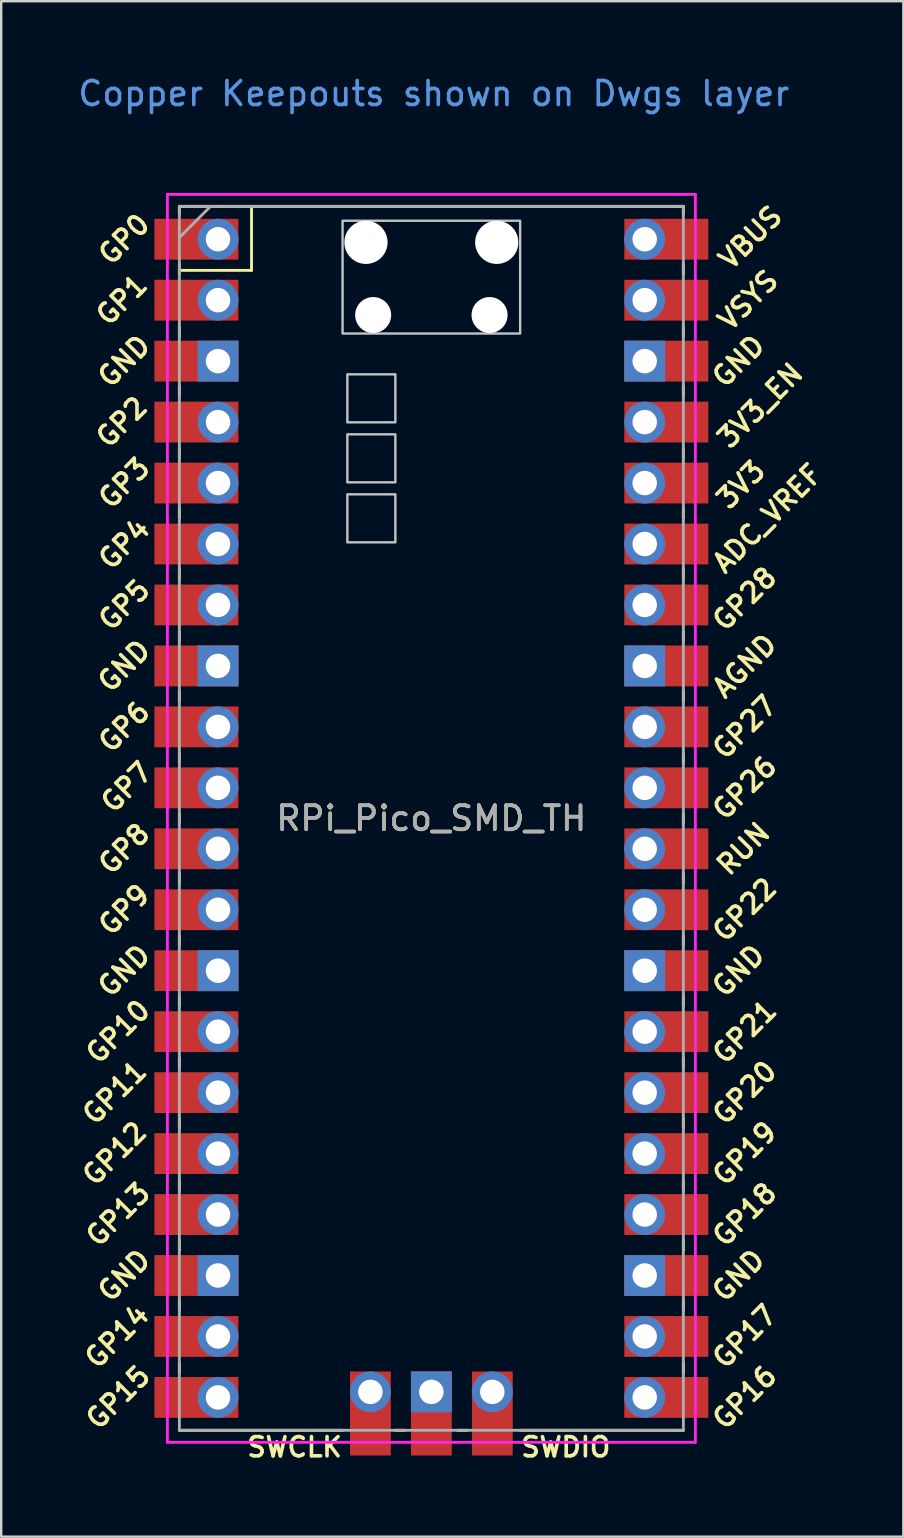
<source format=kicad_pcb>
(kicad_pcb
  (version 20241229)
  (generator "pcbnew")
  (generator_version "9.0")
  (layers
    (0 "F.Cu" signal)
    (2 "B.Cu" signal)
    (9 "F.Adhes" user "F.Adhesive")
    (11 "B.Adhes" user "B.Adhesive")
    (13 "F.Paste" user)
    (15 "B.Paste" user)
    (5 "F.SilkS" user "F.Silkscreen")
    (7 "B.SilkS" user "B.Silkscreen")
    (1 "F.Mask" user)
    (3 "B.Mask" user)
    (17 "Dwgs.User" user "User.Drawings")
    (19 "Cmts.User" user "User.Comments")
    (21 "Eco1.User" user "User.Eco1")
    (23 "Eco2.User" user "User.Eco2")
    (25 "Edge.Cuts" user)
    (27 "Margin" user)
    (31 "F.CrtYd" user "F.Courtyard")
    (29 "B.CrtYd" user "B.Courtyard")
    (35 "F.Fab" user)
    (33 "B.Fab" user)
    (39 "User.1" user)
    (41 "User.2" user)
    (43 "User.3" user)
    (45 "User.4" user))
  (footprint "RPi_Pico_SMD_TH"
    (layer "F.Cu")
    (at 14.924 31.048)
    (property "Reference" "RPi_Pico_SMD_TH" (at 0 0 0) (layer "F.SilkS") (effects (font (size 1 1) (thickness 0.15))))
    (attr through_hole)
    (fp_line (start -10.5 -25.5) (end -10.5 -25.2) (stroke (width 0.12) (type solid)) (layer "F.SilkS"))
    (fp_line (start -10.5 -25.5) (end 10.5 -25.5) (stroke (width 0.12) (type solid)) (layer "F.SilkS"))
    (fp_line (start -10.5 -23.1) (end -10.5 -22.7) (stroke (width 0.12) (type solid)) (layer "F.SilkS"))
    (fp_line (start -10.5 -22.833) (end -7.493 -22.833) (stroke (width 0.12) (type solid)) (layer "F.SilkS"))
    (fp_line (start -10.5 -20.5) (end -10.5 -20.1) (stroke (width 0.12) (type solid)) (layer "F.SilkS"))
    (fp_line (start -10.5 -18) (end -10.5 -17.6) (stroke (width 0.12) (type solid)) (layer "F.SilkS"))
    (fp_line (start -10.5 -15.4) (end -10.5 -15) (stroke (width 0.12) (type solid)) (layer "F.SilkS"))
    (fp_line (start -10.5 -12.9) (end -10.5 -12.5) (stroke (width 0.12) (type solid)) (layer "F.SilkS"))
    (fp_line (start -10.5 -10.4) (end -10.5 -10) (stroke (width 0.12) (type solid)) (layer "F.SilkS"))
    (fp_line (start -10.5 -7.8) (end -10.5 -7.4) (stroke (width 0.12) (type solid)) (layer "F.SilkS"))
    (fp_line (start -10.5 -5.3) (end -10.5 -4.9) (stroke (width 0.12) (type solid)) (layer "F.SilkS"))
    (fp_line (start -10.5 -2.7) (end -10.5 -2.3) (stroke (width 0.12) (type solid)) (layer "F.SilkS"))
    (fp_line (start -10.5 -0.2) (end -10.5 0.2) (stroke (width 0.12) (type solid)) (layer "F.SilkS"))
    (fp_line (start -10.5 2.3) (end -10.5 2.7) (stroke (width 0.12) (type solid)) (layer "F.SilkS"))
    (fp_line (start -10.5 4.9) (end -10.5 5.3) (stroke (width 0.12) (type solid)) (layer "F.SilkS"))
    (fp_line (start -10.5 7.4) (end -10.5 7.8) (stroke (width 0.12) (type solid)) (layer "F.SilkS"))
    (fp_line (start -10.5 10) (end -10.5 10.4) (stroke (width 0.12) (type solid)) (layer "F.SilkS"))
    (fp_line (start -10.5 12.5) (end -10.5 12.9) (stroke (width 0.12) (type solid)) (layer "F.SilkS"))
    (fp_line (start -10.5 15.1) (end -10.5 15.5) (stroke (width 0.12) (type solid)) (layer "F.SilkS"))
    (fp_line (start -10.5 17.6) (end -10.5 18) (stroke (width 0.12) (type solid)) (layer "F.SilkS"))
    (fp_line (start -10.5 20.1) (end -10.5 20.5) (stroke (width 0.12) (type solid)) (layer "F.SilkS"))
    (fp_line (start -10.5 22.7) (end -10.5 23.1) (stroke (width 0.12) (type solid)) (layer "F.SilkS"))
    (fp_line (start -7.493 -22.833) (end -7.493 -25.5) (stroke (width 0.12) (type solid)) (layer "F.SilkS"))
    (fp_line (start -3.7 25.5) (end -10.5 25.5) (stroke (width 0.12) (type solid)) (layer "F.SilkS"))
    (fp_line (start -1.5 25.5) (end -1.1 25.5) (stroke (width 0.12) (type solid)) (layer "F.SilkS"))
    (fp_line (start 1.1 25.5) (end 1.5 25.5) (stroke (width 0.12) (type solid)) (layer "F.SilkS"))
    (fp_line (start 10.5 -25.5) (end 10.5 -25.2) (stroke (width 0.12) (type solid)) (layer "F.SilkS"))
    (fp_line (start 10.5 -23.1) (end 10.5 -22.7) (stroke (width 0.12) (type solid)) (layer "F.SilkS"))
    (fp_line (start 10.5 -20.5) (end 10.5 -20.1) (stroke (width 0.12) (type solid)) (layer "F.SilkS"))
    (fp_line (start 10.5 -18) (end 10.5 -17.6) (stroke (width 0.12) (type solid)) (layer "F.SilkS"))
    (fp_line (start 10.5 -15.4) (end 10.5 -15) (stroke (width 0.12) (type solid)) (layer "F.SilkS"))
    (fp_line (start 10.5 -12.9) (end 10.5 -12.5) (stroke (width 0.12) (type solid)) (layer "F.SilkS"))
    (fp_line (start 10.5 -10.4) (end 10.5 -10) (stroke (width 0.12) (type solid)) (layer "F.SilkS"))
    (fp_line (start 10.5 -7.8) (end 10.5 -7.4) (stroke (width 0.12) (type solid)) (layer "F.SilkS"))
    (fp_line (start 10.5 -5.3) (end 10.5 -4.9) (stroke (width 0.12) (type solid)) (layer "F.SilkS"))
    (fp_line (start 10.5 -2.7) (end 10.5 -2.3) (stroke (width 0.12) (type solid)) (layer "F.SilkS"))
    (fp_line (start 10.5 -0.2) (end 10.5 0.2) (stroke (width 0.12) (type solid)) (layer "F.SilkS"))
    (fp_line (start 10.5 2.3) (end 10.5 2.7) (stroke (width 0.12) (type solid)) (layer "F.SilkS"))
    (fp_line (start 10.5 4.9) (end 10.5 5.3) (stroke (width 0.12) (type solid)) (layer "F.SilkS"))
    (fp_line (start 10.5 7.4) (end 10.5 7.8) (stroke (width 0.12) (type solid)) (layer "F.SilkS"))
    (fp_line (start 10.5 10) (end 10.5 10.4) (stroke (width 0.12) (type solid)) (layer "F.SilkS"))
    (fp_line (start 10.5 12.5) (end 10.5 12.9) (stroke (width 0.12) (type solid)) (layer "F.SilkS"))
    (fp_line (start 10.5 15.1) (end 10.5 15.5) (stroke (width 0.12) (type solid)) (layer "F.SilkS"))
    (fp_line (start 10.5 17.6) (end 10.5 18) (stroke (width 0.12) (type solid)) (layer "F.SilkS"))
    (fp_line (start 10.5 20.1) (end 10.5 20.5) (stroke (width 0.12) (type solid)) (layer "F.SilkS"))
    (fp_line (start 10.5 22.7) (end 10.5 23.1) (stroke (width 0.12) (type solid)) (layer "F.SilkS"))
    (fp_line (start 10.5 25.5) (end 3.7 25.5) (stroke (width 0.12) (type solid)) (layer "F.SilkS"))
    (fp_poly (pts (xy -1.5 -16.5) (xy -3.5 -16.5) (xy -3.5 -18.5) (xy -1.5 -18.5)) (stroke (width 0.1) (type solid)) (fill no) (layer "Dwgs.User"))
    (fp_poly (pts (xy -1.5 -14) (xy -3.5 -14) (xy -3.5 -16) (xy -1.5 -16)) (stroke (width 0.1) (type solid)) (fill no) (layer "Dwgs.User"))
    (fp_poly (pts (xy -1.5 -11.5) (xy -3.5 -11.5) (xy -3.5 -13.5) (xy -1.5 -13.5)) (stroke (width 0.1) (type solid)) (fill no) (layer "Dwgs.User"))
    (fp_poly (pts (xy 3.7 -20.2) (xy -3.7 -20.2) (xy -3.7 -24.9) (xy 3.7 -24.9)) (stroke (width 0.1) (type solid)) (fill no) (layer "Dwgs.User"))
    (fp_line (start -11 -26) (end 11 -26) (stroke (width 0.12) (type solid)) (layer "F.CrtYd"))
    (fp_line (start -11 26) (end -11 -26) (stroke (width 0.12) (type solid)) (layer "F.CrtYd"))
    (fp_line (start 11 -26) (end 11 26) (stroke (width 0.12) (type solid)) (layer "F.CrtYd"))
    (fp_line (start 11 26) (end -11 26) (stroke (width 0.12) (type solid)) (layer "F.CrtYd"))
    (fp_line (start -10.5 -25.5) (end 10.5 -25.5) (stroke (width 0.12) (type solid)) (layer "F.Fab"))
    (fp_line (start -10.5 -24.2) (end -9.2 -25.5) (stroke (width 0.12) (type solid)) (layer "F.Fab"))
    (fp_line (start -10.5 25.5) (end -10.5 -25.5) (stroke (width 0.12) (type solid)) (layer "F.Fab"))
    (fp_line (start 10.5 -25.5) (end 10.5 25.5) (stroke (width 0.12) (type solid)) (layer "F.Fab"))
    (fp_line (start 10.5 25.5) (end -10.5 25.5) (stroke (width 0.12) (type solid)) (layer "F.Fab"))
    (fp_text user "GP13" (at -13.054 16.51 45) (layer "F.SilkS") (effects (font (size 0.8 0.8) (thickness 0.15))))
    (fp_text user "GP18" (at 13.054 16.51 45) (layer "F.SilkS") (effects (font (size 0.8 0.8) (thickness 0.15))))
    (fp_text user "GP22" (at 13.054 3.81 45) (layer "F.SilkS") (effects (font (size 0.8 0.8) (thickness 0.15))))
    (fp_text user "GP4" (at -12.8 -11.43 45) (layer "F.SilkS") (effects (font (size 0.8 0.8) (thickness 0.15))))
    (fp_text user "GP10" (at -13.054 8.89 45) (layer "F.SilkS") (effects (font (size 0.8 0.8) (thickness 0.15))))
    (fp_text user "GP0" (at -12.8 -24.13 45) (layer "F.SilkS") (effects (font (size 0.8 0.8) (thickness 0.15))))
    (fp_text user "GP21" (at 13.054 8.9 45) (layer "F.SilkS") (effects (font (size 0.8 0.8) (thickness 0.15))))
    (fp_text user "GND" (at 12.8 -19.05 45) (layer "F.SilkS") (effects (font (size 0.8 0.8) (thickness 0.15))))
    (fp_text user "GP7" (at -12.7 -1.3 45) (layer "F.SilkS") (effects (font (size 0.8 0.8) (thickness 0.15))))
    (fp_text user "GND" (at -12.8 6.35 45) (layer "F.SilkS") (effects (font (size 0.8 0.8) (thickness 0.15))))
    (fp_text user "GP5" (at -12.8 -8.89 45) (layer "F.SilkS") (effects (font (size 0.8 0.8) (thickness 0.15))))
    (fp_text user "GP27" (at 13.054 -3.8 45) (layer "F.SilkS") (effects (font (size 0.8 0.8) (thickness 0.15))))
    (fp_text user "GP15" (at -13.054 24.13 45) (layer "F.SilkS") (effects (font (size 0.8 0.8) (thickness 0.15))))
    (fp_text user "GP1" (at -12.9 -21.6 45) (layer "F.SilkS") (effects (font (size 0.8 0.8) (thickness 0.15))))
    (fp_text user "GP17" (at 13.054 21.59 45) (layer "F.SilkS") (effects (font (size 0.8 0.8) (thickness 0.15))))
    (fp_text user "3V3" (at 12.9 -13.9 45) (layer "F.SilkS") (effects (font (size 0.8 0.8) (thickness 0.15))))
    (fp_text user "GP11" (at -13.2 11.43 45) (layer "F.SilkS") (effects (font (size 0.8 0.8) (thickness 0.15))))
    (fp_text user "RUN" (at 13 1.27 45) (layer "F.SilkS") (effects (font (size 0.8 0.8) (thickness 0.15))))
    (fp_text user "GP14" (at -13.1 21.59 45) (layer "F.SilkS") (effects (font (size 0.8 0.8) (thickness 0.15))))
    (fp_text user "GND" (at 12.8 6.35 45) (layer "F.SilkS") (effects (font (size 0.8 0.8) (thickness 0.15))))
    (fp_text user "AGND" (at 13.054 -6.35 45) (layer "F.SilkS") (effects (font (size 0.8 0.8) (thickness 0.15))))
    (fp_text user "ADC_VREF" (at 14 -12.5 45) (layer "F.SilkS") (effects (font (size 0.8 0.8) (thickness 0.15))))
    (fp_text user "GND" (at 12.8 19.05 45) (layer "F.SilkS") (effects (font (size 0.8 0.8) (thickness 0.15))))
    (fp_text user "GP2" (at -12.9 -16.51 45) (layer "F.SilkS") (effects (font (size 0.8 0.8) (thickness 0.15))))
    (fp_text user "GND" (at -12.8 19.05 45) (layer "F.SilkS") (effects (font (size 0.8 0.8) (thickness 0.15))))
    (fp_text user "GND" (at -12.8 -19.05 45) (layer "F.SilkS") (effects (font (size 0.8 0.8) (thickness 0.15))))
    (fp_text user "GP26" (at 13.054 -1.27 45) (layer "F.SilkS") (effects (font (size 0.8 0.8) (thickness 0.15))))
    (fp_text user "GP28" (at 13.054 -9.144 45) (layer "F.SilkS") (effects (font (size 0.8 0.8) (thickness 0.15))))
    (fp_text user "3V3_EN" (at 13.7 -17.2 45) (layer "F.SilkS") (effects (font (size 0.8 0.8) (thickness 0.15))))
    (fp_text user "VBUS" (at 13.3 -24.2 45) (layer "F.SilkS") (effects (font (size 0.8 0.8) (thickness 0.15))))
    (fp_text user "GP16" (at 13.054 24.13 45) (layer "F.SilkS") (effects (font (size 0.8 0.8) (thickness 0.15))))
    (fp_text user "GP8" (at -12.8 1.27 45) (layer "F.SilkS") (effects (font (size 0.8 0.8) (thickness 0.15))))
    (fp_text user "GP19" (at 13.054 13.97 45) (layer "F.SilkS") (effects (font (size 0.8 0.8) (thickness 0.15))))
    (fp_text user "GP12" (at -13.2 13.97 45) (layer "F.SilkS") (effects (font (size 0.8 0.8) (thickness 0.15))))
    (fp_text user "GP20" (at 13.054 11.43 45) (layer "F.SilkS") (effects (font (size 0.8 0.8) (thickness 0.15))))
    (fp_text user "GND" (at -12.8 -6.35 45) (layer "F.SilkS") (effects (font (size 0.8 0.8) (thickness 0.15))))
    (fp_text user "GP6" (at -12.8 -3.81 45) (layer "F.SilkS") (effects (font (size 0.8 0.8) (thickness 0.15))))
    (fp_text user "SWCLK" (at -5.7 26.2 0) (layer "F.SilkS") (effects (font (size 0.8 0.8) (thickness 0.15))))
    (fp_text user "GP3" (at -12.8 -13.97 45) (layer "F.SilkS") (effects (font (size 0.8 0.8) (thickness 0.15))))
    (fp_text user "GP9" (at -12.8 3.81 45) (layer "F.SilkS") (effects (font (size 0.8 0.8) (thickness 0.15))))
    (fp_text user "SWDIO" (at 5.6 26.2 0) (layer "F.SilkS") (effects (font (size 0.8 0.8) (thickness 0.15))))
    (fp_text user "VSYS" (at 13.2 -21.59 45) (layer "F.SilkS") (effects (font (size 0.8 0.8) (thickness 0.15))))
    (fp_text user "Copper Keepouts shown on Dwgs layer" (at 0.1 -30.2 0) (layer "Cmts.User") (effects (font (size 1 1) (thickness 0.15))))
    (fp_text user "${REFERENCE}" (at 0 0 180) (layer "F.Fab") (effects (font (size 1 1) (thickness 0.15))))
    (pad "" np_thru_hole oval (at -2.725 -24) (size 1.8 1.8) (drill 1.8) (layers "*.Cu" "*.Mask"))
    (pad "" np_thru_hole oval (at -2.425 -20.97) (size 1.5 1.5) (drill 1.5) (layers "*.Cu" "*.Mask"))
    (pad "" np_thru_hole oval (at 2.425 -20.97) (size 1.5 1.5) (drill 1.5) (layers "*.Cu" "*.Mask"))
    (pad "" np_thru_hole oval (at 2.725 -24) (size 1.8 1.8) (drill 1.8) (layers "*.Cu" "*.Mask"))
    (pad "1" thru_hole oval (at -8.89 -24.13) (size 1.7 1.7) (drill 1.02) (layers "*.Cu" "*.Mask"))
    (pad "1" smd rect (at -8.89 -24.13) (size 3.5 1.7) (drill (offset -0.9 0)) (layers "F.Cu" "F.Mask"))
    (pad "2" thru_hole oval (at -8.89 -21.59) (size 1.7 1.7) (drill 1.02) (layers "*.Cu" "*.Mask"))
    (pad "2" smd rect (at -8.89 -21.59) (size 3.5 1.7) (drill (offset -0.9 0)) (layers "F.Cu" "F.Mask"))
    (pad "3" thru_hole rect (at -8.89 -19.05) (size 1.7 1.7) (drill 1.02) (layers "*.Cu" "*.Mask"))
    (pad "3" smd rect (at -8.89 -19.05) (size 3.5 1.7) (drill (offset -0.9 0)) (layers "F.Cu" "F.Mask"))
    (pad "4" thru_hole oval (at -8.89 -16.51) (size 1.7 1.7) (drill 1.02) (layers "*.Cu" "*.Mask"))
    (pad "4" smd rect (at -8.89 -16.51) (size 3.5 1.7) (drill (offset -0.9 0)) (layers "F.Cu" "F.Mask"))
    (pad "5" thru_hole oval (at -8.89 -13.97) (size 1.7 1.7) (drill 1.02) (layers "*.Cu" "*.Mask"))
    (pad "5" smd rect (at -8.89 -13.97) (size 3.5 1.7) (drill (offset -0.9 0)) (layers "F.Cu" "F.Mask"))
    (pad "6" thru_hole oval (at -8.89 -11.43) (size 1.7 1.7) (drill 1.02) (layers "*.Cu" "*.Mask"))
    (pad "6" smd rect (at -8.89 -11.43) (size 3.5 1.7) (drill (offset -0.9 0)) (layers "F.Cu" "F.Mask"))
    (pad "7" thru_hole oval (at -8.89 -8.89) (size 1.7 1.7) (drill 1.02) (layers "*.Cu" "*.Mask"))
    (pad "7" smd rect (at -8.89 -8.89) (size 3.5 1.7) (drill (offset -0.9 0)) (layers "F.Cu" "F.Mask"))
    (pad "8" thru_hole rect (at -8.89 -6.35) (size 1.7 1.7) (drill 1.02) (layers "*.Cu" "*.Mask"))
    (pad "8" smd rect (at -8.89 -6.35) (size 3.5 1.7) (drill (offset -0.9 0)) (layers "F.Cu" "F.Mask"))
    (pad "9" thru_hole oval (at -8.89 -3.81) (size 1.7 1.7) (drill 1.02) (layers "*.Cu" "*.Mask"))
    (pad "9" smd rect (at -8.89 -3.81) (size 3.5 1.7) (drill (offset -0.9 0)) (layers "F.Cu" "F.Mask"))
    (pad "10" thru_hole oval (at -8.89 -1.27) (size 1.7 1.7) (drill 1.02) (layers "*.Cu" "*.Mask"))
    (pad "10" smd rect (at -8.89 -1.27) (size 3.5 1.7) (drill (offset -0.9 0)) (layers "F.Cu" "F.Mask"))
    (pad "11" thru_hole oval (at -8.89 1.27) (size 1.7 1.7) (drill 1.02) (layers "*.Cu" "*.Mask"))
    (pad "11" smd rect (at -8.89 1.27) (size 3.5 1.7) (drill (offset -0.9 0)) (layers "F.Cu" "F.Mask"))
    (pad "12" thru_hole oval (at -8.89 3.81) (size 1.7 1.7) (drill 1.02) (layers "*.Cu" "*.Mask"))
    (pad "12" smd rect (at -8.89 3.81) (size 3.5 1.7) (drill (offset -0.9 0)) (layers "F.Cu" "F.Mask"))
    (pad "13" thru_hole rect (at -8.89 6.35) (size 1.7 1.7) (drill 1.02) (layers "*.Cu" "*.Mask"))
    (pad "13" smd rect (at -8.89 6.35) (size 3.5 1.7) (drill (offset -0.9 0)) (layers "F.Cu" "F.Mask"))
    (pad "14" thru_hole oval (at -8.89 8.89) (size 1.7 1.7) (drill 1.02) (layers "*.Cu" "*.Mask"))
    (pad "14" smd rect (at -8.89 8.89) (size 3.5 1.7) (drill (offset -0.9 0)) (layers "F.Cu" "F.Mask"))
    (pad "15" thru_hole oval (at -8.89 11.43) (size 1.7 1.7) (drill 1.02) (layers "*.Cu" "*.Mask"))
    (pad "15" smd rect (at -8.89 11.43) (size 3.5 1.7) (drill (offset -0.9 0)) (layers "F.Cu" "F.Mask"))
    (pad "16" thru_hole oval (at -8.89 13.97) (size 1.7 1.7) (drill 1.02) (layers "*.Cu" "*.Mask"))
    (pad "16" smd rect (at -8.89 13.97) (size 3.5 1.7) (drill (offset -0.9 0)) (layers "F.Cu" "F.Mask"))
    (pad "17" thru_hole oval (at -8.89 16.51) (size 1.7 1.7) (drill 1.02) (layers "*.Cu" "*.Mask"))
    (pad "17" smd rect (at -8.89 16.51) (size 3.5 1.7) (drill (offset -0.9 0)) (layers "F.Cu" "F.Mask"))
    (pad "18" thru_hole rect (at -8.89 19.05) (size 1.7 1.7) (drill 1.02) (layers "*.Cu" "*.Mask"))
    (pad "18" smd rect (at -8.89 19.05) (size 3.5 1.7) (drill (offset -0.9 0)) (layers "F.Cu" "F.Mask"))
    (pad "19" thru_hole oval (at -8.89 21.59) (size 1.7 1.7) (drill 1.02) (layers "*.Cu" "*.Mask"))
    (pad "19" smd rect (at -8.89 21.59) (size 3.5 1.7) (drill (offset -0.9 0)) (layers "F.Cu" "F.Mask"))
    (pad "20" thru_hole oval (at -8.89 24.13) (size 1.7 1.7) (drill 1.02) (layers "*.Cu" "*.Mask"))
    (pad "20" smd rect (at -8.89 24.13) (size 3.5 1.7) (drill (offset -0.9 0)) (layers "F.Cu" "F.Mask"))
    (pad "21" thru_hole oval (at 8.89 24.13) (size 1.7 1.7) (drill 1.02) (layers "*.Cu" "*.Mask"))
    (pad "21" smd rect (at 8.89 24.13) (size 3.5 1.7) (drill (offset 0.9 0)) (layers "F.Cu" "F.Mask"))
    (pad "22" thru_hole oval (at 8.89 21.59) (size 1.7 1.7) (drill 1.02) (layers "*.Cu" "*.Mask"))
    (pad "22" smd rect (at 8.89 21.59) (size 3.5 1.7) (drill (offset 0.9 0)) (layers "F.Cu" "F.Mask"))
    (pad "23" thru_hole rect (at 8.89 19.05) (size 1.7 1.7) (drill 1.02) (layers "*.Cu" "*.Mask"))
    (pad "23" smd rect (at 8.89 19.05) (size 3.5 1.7) (drill (offset 0.9 0)) (layers "F.Cu" "F.Mask"))
    (pad "24" thru_hole oval (at 8.89 16.51) (size 1.7 1.7) (drill 1.02) (layers "*.Cu" "*.Mask"))
    (pad "24" smd rect (at 8.89 16.51) (size 3.5 1.7) (drill (offset 0.9 0)) (layers "F.Cu" "F.Mask"))
    (pad "25" thru_hole oval (at 8.89 13.97) (size 1.7 1.7) (drill 1.02) (layers "*.Cu" "*.Mask"))
    (pad "25" smd rect (at 8.89 13.97) (size 3.5 1.7) (drill (offset 0.9 0)) (layers "F.Cu" "F.Mask"))
    (pad "26" thru_hole oval (at 8.89 11.43) (size 1.7 1.7) (drill 1.02) (layers "*.Cu" "*.Mask"))
    (pad "26" smd rect (at 8.89 11.43) (size 3.5 1.7) (drill (offset 0.9 0)) (layers "F.Cu" "F.Mask"))
    (pad "27" thru_hole oval (at 8.89 8.89) (size 1.7 1.7) (drill 1.02) (layers "*.Cu" "*.Mask"))
    (pad "27" smd rect (at 8.89 8.89) (size 3.5 1.7) (drill (offset 0.9 0)) (layers "F.Cu" "F.Mask"))
    (pad "28" thru_hole rect (at 8.89 6.35) (size 1.7 1.7) (drill 1.02) (layers "*.Cu" "*.Mask"))
    (pad "28" smd rect (at 8.89 6.35) (size 3.5 1.7) (drill (offset 0.9 0)) (layers "F.Cu" "F.Mask"))
    (pad "29" thru_hole oval (at 8.89 3.81) (size 1.7 1.7) (drill 1.02) (layers "*.Cu" "*.Mask"))
    (pad "29" smd rect (at 8.89 3.81) (size 3.5 1.7) (drill (offset 0.9 0)) (layers "F.Cu" "F.Mask"))
    (pad "30" thru_hole oval (at 8.89 1.27) (size 1.7 1.7) (drill 1.02) (layers "*.Cu" "*.Mask"))
    (pad "30" smd rect (at 8.89 1.27) (size 3.5 1.7) (drill (offset 0.9 0)) (layers "F.Cu" "F.Mask"))
    (pad "31" thru_hole oval (at 8.89 -1.27) (size 1.7 1.7) (drill 1.02) (layers "*.Cu" "*.Mask"))
    (pad "31" smd rect (at 8.89 -1.27) (size 3.5 1.7) (drill (offset 0.9 0)) (layers "F.Cu" "F.Mask"))
    (pad "32" thru_hole oval (at 8.89 -3.81) (size 1.7 1.7) (drill 1.02) (layers "*.Cu" "*.Mask"))
    (pad "32" smd rect (at 8.89 -3.81) (size 3.5 1.7) (drill (offset 0.9 0)) (layers "F.Cu" "F.Mask"))
    (pad "33" thru_hole rect (at 8.89 -6.35) (size 1.7 1.7) (drill 1.02) (layers "*.Cu" "*.Mask"))
    (pad "33" smd rect (at 8.89 -6.35) (size 3.5 1.7) (drill (offset 0.9 0)) (layers "F.Cu" "F.Mask"))
    (pad "34" thru_hole oval (at 8.89 -8.89) (size 1.7 1.7) (drill 1.02) (layers "*.Cu" "*.Mask"))
    (pad "34" smd rect (at 8.89 -8.89) (size 3.5 1.7) (drill (offset 0.9 0)) (layers "F.Cu" "F.Mask"))
    (pad "35" thru_hole oval (at 8.89 -11.43) (size 1.7 1.7) (drill 1.02) (layers "*.Cu" "*.Mask"))
    (pad "35" smd rect (at 8.89 -11.43) (size 3.5 1.7) (drill (offset 0.9 0)) (layers "F.Cu" "F.Mask"))
    (pad "36" thru_hole oval (at 8.89 -13.97) (size 1.7 1.7) (drill 1.02) (layers "*.Cu" "*.Mask"))
    (pad "36" smd rect (at 8.89 -13.97) (size 3.5 1.7) (drill (offset 0.9 0)) (layers "F.Cu" "F.Mask"))
    (pad "37" thru_hole oval (at 8.89 -16.51) (size 1.7 1.7) (drill 1.02) (layers "*.Cu" "*.Mask"))
    (pad "37" smd rect (at 8.89 -16.51) (size 3.5 1.7) (drill (offset 0.9 0)) (layers "F.Cu" "F.Mask"))
    (pad "38" thru_hole rect (at 8.89 -19.05) (size 1.7 1.7) (drill 1.02) (layers "*.Cu" "*.Mask"))
    (pad "38" smd rect (at 8.89 -19.05) (size 3.5 1.7) (drill (offset 0.9 0)) (layers "F.Cu" "F.Mask"))
    (pad "39" thru_hole oval (at 8.89 -21.59) (size 1.7 1.7) (drill 1.02) (layers "*.Cu" "*.Mask"))
    (pad "39" smd rect (at 8.89 -21.59) (size 3.5 1.7) (drill (offset 0.9 0)) (layers "F.Cu" "F.Mask"))
    (pad "40" thru_hole oval (at 8.89 -24.13) (size 1.7 1.7) (drill 1.02) (layers "*.Cu" "*.Mask"))
    (pad "40" smd rect (at 8.89 -24.13) (size 3.5 1.7) (drill (offset 0.9 0)) (layers "F.Cu" "F.Mask"))
    (pad "41" thru_hole oval (at -2.54 23.9) (size 1.7 1.7) (drill 1.02) (layers "*.Cu" "*.Mask"))
    (pad "41" smd rect (at -2.54 23.9 90) (size 3.5 1.7) (drill (offset -0.9 0)) (layers "F.Cu" "F.Mask"))
    (pad "42" thru_hole rect (at 0 23.9) (size 1.7 1.7) (drill 1.02) (layers "*.Cu" "*.Mask"))
    (pad "42" smd rect (at 0 23.9 90) (size 3.5 1.7) (drill (offset -0.9 0)) (layers "F.Cu" "F.Mask"))
    (pad "43" thru_hole oval (at 2.54 23.9) (size 1.7 1.7) (drill 1.02) (layers "*.Cu" "*.Mask"))
    (pad "43" smd rect (at 2.54 23.9 90) (size 3.5 1.7) (drill (offset -0.9 0)) (layers "F.Cu" "F.Mask")))
  (gr_rect
    (start -3 -3)
    (end 34.591 60.98)
    (stroke (width 0.1) (type default))
    (fill no)
    (layer "Edge.Cuts")))
</source>
